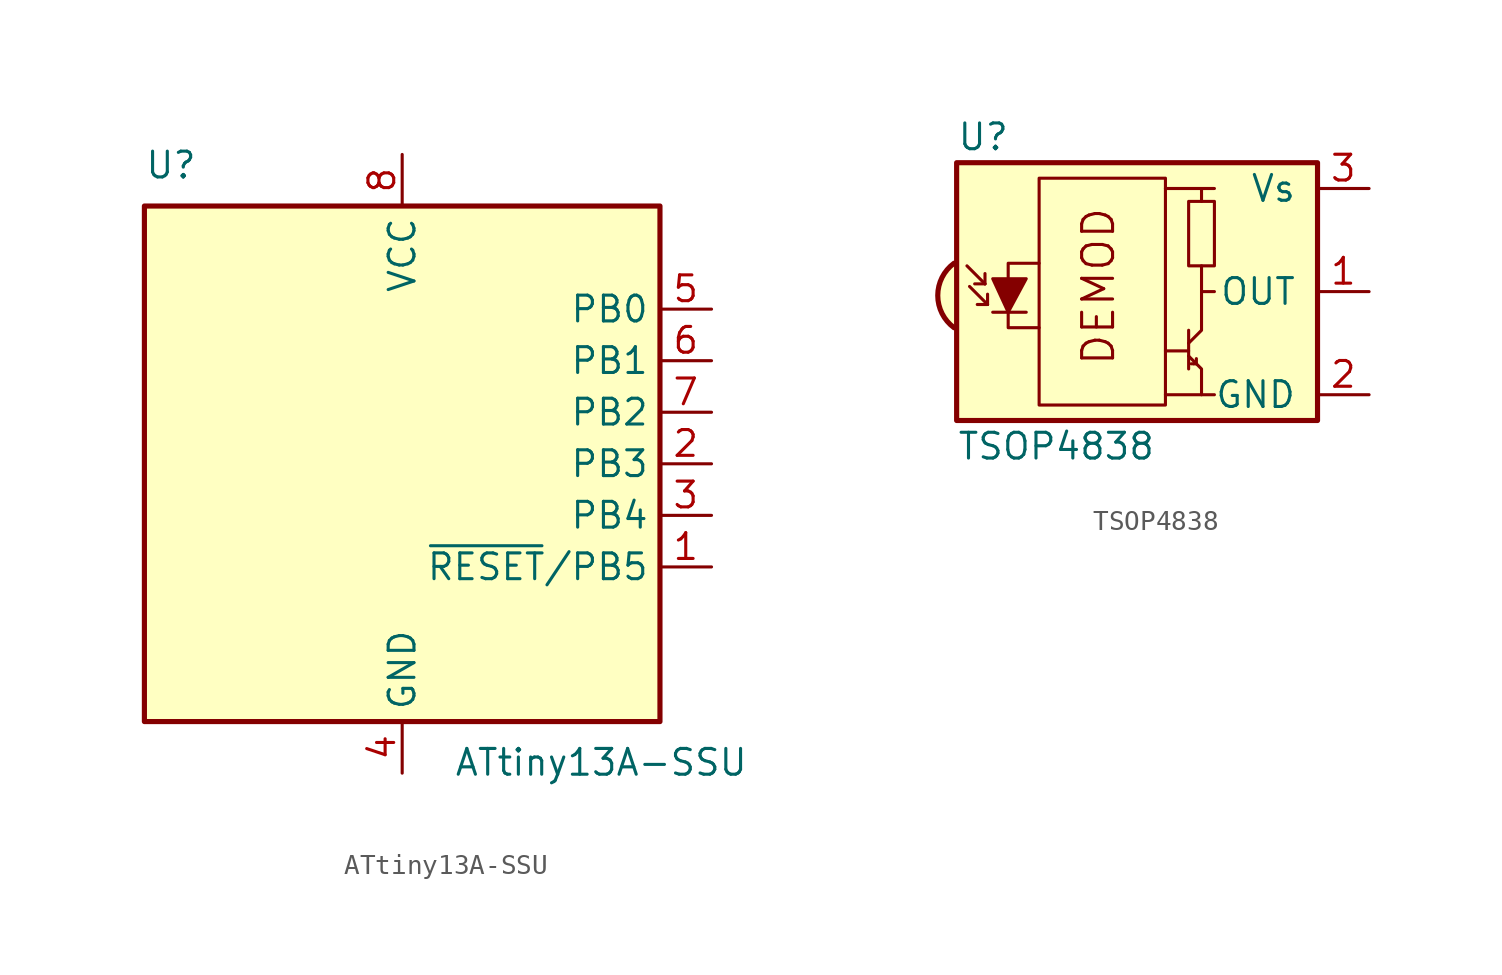
<source format=kicad_sym>
(kicad_symbol_lib
  (version 20211014)
  (generator kicad_symbol_editor)
  (symbol "ATtiny13A-SSU"
    (property "Reference" "U"
      (at -12.7 13.97 0)
      (effects (font (size 1.27 1.27)) (justify left bottom)))
    (property "Value" "ATtiny13A-SSU"
      (at 2.54 -13.97 0)
      (effects (font (size 1.27 1.27)) (justify left top)))
    (symbol "ATtiny13A-SSU_0_1"
      (rectangle (start -12.7 -12.7) (end 12.7 12.7) (stroke (width 0.254) (type default) (color 0 0 0 0)) (fill (type background))))
    (symbol "ATtiny13A-SSU_1_1"
      (pin bidirectional line (at 15.24 -5.08 180) (length 2.54) (name "~{RESET}/PB5" (effects (font (size 1.27 1.27)))) (number "1" (effects (font (size 1.27 1.27)))))
      (pin bidirectional line (at 15.24 0 180) (length 2.54) (name "PB3" (effects (font (size 1.27 1.27)))) (number "2" (effects (font (size 1.27 1.27)))))
      (pin bidirectional line (at 15.24 -2.54 180) (length 2.54) (name "PB4" (effects (font (size 1.27 1.27)))) (number "3" (effects (font (size 1.27 1.27)))))
      (pin power_in line (at 0 -15.24 90) (length 2.54) (name "GND" (effects (font (size 1.27 1.27)))) (number "4" (effects (font (size 1.27 1.27)))))
      (pin bidirectional line (at 15.24 7.62 180) (length 2.54) (name "PB0" (effects (font (size 1.27 1.27)))) (number "5" (effects (font (size 1.27 1.27)))))
      (pin bidirectional line (at 15.24 5.08 180) (length 2.54) (name "PB1" (effects (font (size 1.27 1.27)))) (number "6" (effects (font (size 1.27 1.27)))))
      (pin bidirectional line (at 15.24 2.54 180) (length 2.54) (name "PB2" (effects (font (size 1.27 1.27)))) (number "7" (effects (font (size 1.27 1.27)))))
      (pin power_in line (at 0 15.24 270) (length 2.54) (name "VCC" (effects (font (size 1.27 1.27)))) (number "8" (effects (font (size 1.27 1.27)))))))
  (symbol "TSOP4838"
    (pin_names
      (offset 1.016))
    (property "Reference" "U"
      (at -10.16 7.62 0)
      (effects (font (size 1.27 1.27)) (justify left)))
    (property "Value" "TSOP4838"
      (at -10.16 -7.62 0)
      (effects (font (size 1.27 1.27)) (justify left)))
    (symbol "TSOP4838_0_0"
      (arc (start -10.287 1.397) (mid -11.0899 -0.1905) (end -10.287 -1.778) (stroke (width 0.254) (type default) (color 0 0 0 0)) (fill (type background)))
      (polyline (pts (xy 1.905 -5.08) (xy 0.127 -5.08)) (stroke (width 0) (type default) (color 0 0 0 0)) (fill (type none)))
      (polyline (pts (xy 1.905 5.08) (xy 0.127 5.08)) (stroke (width 0) (type default) (color 0 0 0 0)) (fill (type none)))
      (text "DEMOD" (at -3.175 0.254 900) (effects (font (size 1.524 1.524)))))
    (symbol "TSOP4838_0_1"
      (rectangle (start -6.096 5.588) (end 0.127 -5.588) (stroke (width 0) (type default) (color 0 0 0 0)) (fill (type none)))
      (polyline (pts (xy -8.763 0.381) (xy -9.652 1.27)) (stroke (width 0) (type default) (color 0 0 0 0)) (fill (type none)))
      (polyline (pts (xy -8.763 0.381) (xy -9.271 0.381)) (stroke (width 0) (type default) (color 0 0 0 0)) (fill (type none)))
      (polyline (pts (xy -8.763 0.381) (xy -8.763 0.889)) (stroke (width 0) (type default) (color 0 0 0 0)) (fill (type none)))
      (polyline (pts (xy -8.636 -0.635) (xy -9.525 0.254)) (stroke (width 0) (type default) (color 0 0 0 0)) (fill (type none)))
      (polyline (pts (xy -8.636 -0.635) (xy -9.144 -0.635)) (stroke (width 0) (type default) (color 0 0 0 0)) (fill (type none)))
      (polyline (pts (xy -8.636 -0.635) (xy -8.636 -0.127)) (stroke (width 0) (type default) (color 0 0 0 0)) (fill (type none)))
      (polyline (pts (xy -8.382 -1.016) (xy -6.731 -1.016)) (stroke (width 0) (type default) (color 0 0 0 0)) (fill (type none)))
      (polyline (pts (xy 1.27 -2.921) (xy 0.127 -2.921)) (stroke (width 0) (type default) (color 0 0 0 0)) (fill (type none)))
      (polyline (pts (xy 1.27 -1.905) (xy 1.27 -3.81)) (stroke (width 0) (type default) (color 0 0 0 0)) (fill (type none)))
      (polyline (pts (xy 1.397 -3.556) (xy 1.524 -3.556)) (stroke (width 0) (type default) (color 0 0 0 0)) (fill (type none)))
      (polyline (pts (xy 1.651 -3.556) (xy 1.524 -3.556)) (stroke (width 0) (type default) (color 0 0 0 0)) (fill (type none)))
      (polyline (pts (xy 1.651 -3.556) (xy 1.651 -3.302)) (stroke (width 0) (type default) (color 0 0 0 0)) (fill (type none)))
      (polyline (pts (xy 1.905 0) (xy 1.905 1.27)) (stroke (width 0) (type default) (color 0 0 0 0)) (fill (type none)))
      (polyline (pts (xy 1.905 4.445) (xy 1.905 5.08) (xy 2.54 5.08)) (stroke (width 0) (type default) (color 0 0 0 0)) (fill (type none)))
      (polyline (pts (xy -8.382 0.635) (xy -6.731 0.635) (xy -7.62 -1.016) (xy -8.382 0.635)) (stroke (width 0) (type default) (color 0 0 0 0)) (fill (type outline)))
      (polyline (pts (xy -6.096 1.397) (xy -7.62 1.397) (xy -7.62 -1.778) (xy -6.096 -1.778)) (stroke (width 0) (type default) (color 0 0 0 0)) (fill (type none)))
      (polyline (pts (xy 1.27 -3.175) (xy 1.905 -3.81) (xy 1.905 -5.08) (xy 2.54 -5.08)) (stroke (width 0) (type default) (color 0 0 0 0)) (fill (type none)))
      (polyline (pts (xy 1.27 -2.54) (xy 1.905 -1.905) (xy 1.905 0) (xy 2.54 0)) (stroke (width 0) (type default) (color 0 0 0 0)) (fill (type none)))
      (rectangle (start 2.54 1.27) (end 1.27 4.445) (stroke (width 0) (type default) (color 0 0 0 0)) (fill (type none)))
      (rectangle (start 7.62 6.35) (end -10.16 -6.35) (stroke (width 0.254) (type default) (color 0 0 0 0)) (fill (type background))))
    (symbol "TSOP4838_1_1"
      (pin output line (at 10.16 0 180) (length 2.54) (name "OUT" (effects (font (size 1.27 1.27)))) (number "1" (effects (font (size 1.27 1.27)))))
      (pin power_in line (at 10.16 -5.08 180) (length 2.54) (name "GND" (effects (font (size 1.27 1.27)))) (number "2" (effects (font (size 1.27 1.27)))))
      (pin power_in line (at 10.16 5.08 180) (length 2.54) (name "Vs" (effects (font (size 1.27 1.27)))) (number "3" (effects (font (size 1.27 1.27))))))))
</source>
